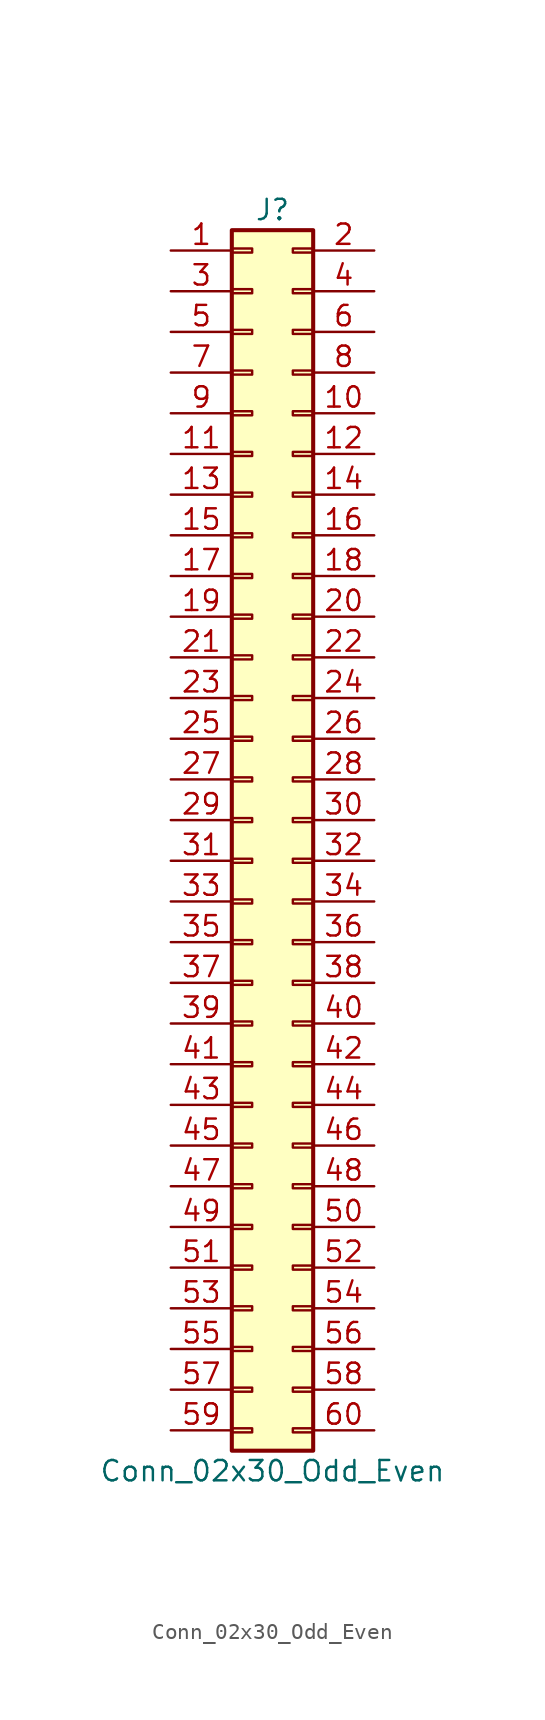
<source format=kicad_sym>
(kicad_symbol_lib
  (version 20211014)
  (generator kicad_symbol_editor)
  (symbol "Conn_02x30_Odd_Even"
    (pin_names
      (offset 1.016) hide)
    (property "Reference" "J"
      (at 1.27 38.1 0)
      (effects (font (size 1.27 1.27))))
    (property "Value" "Conn_02x30_Odd_Even"
      (at 1.27 -40.64 0)
      (effects (font (size 1.27 1.27))))
    (symbol "Conn_02x30_Odd_Even_1_1"
      (rectangle (start -1.27 -37.973) (end 0 -38.227) (stroke (width 0.152) (type default) (color 0 0 0 0)) (fill (type none)))
      (rectangle (start -1.27 -35.433) (end 0 -35.687) (stroke (width 0.152) (type default) (color 0 0 0 0)) (fill (type none)))
      (rectangle (start -1.27 -32.893) (end 0 -33.147) (stroke (width 0.152) (type default) (color 0 0 0 0)) (fill (type none)))
      (rectangle (start -1.27 -30.353) (end 0 -30.607) (stroke (width 0.152) (type default) (color 0 0 0 0)) (fill (type none)))
      (rectangle (start -1.27 -27.813) (end 0 -28.067) (stroke (width 0.152) (type default) (color 0 0 0 0)) (fill (type none)))
      (rectangle (start -1.27 -25.273) (end 0 -25.527) (stroke (width 0.152) (type default) (color 0 0 0 0)) (fill (type none)))
      (rectangle (start -1.27 -22.733) (end 0 -22.987) (stroke (width 0.152) (type default) (color 0 0 0 0)) (fill (type none)))
      (rectangle (start -1.27 -20.193) (end 0 -20.447) (stroke (width 0.152) (type default) (color 0 0 0 0)) (fill (type none)))
      (rectangle (start -1.27 -17.653) (end 0 -17.907) (stroke (width 0.152) (type default) (color 0 0 0 0)) (fill (type none)))
      (rectangle (start -1.27 -15.113) (end 0 -15.367) (stroke (width 0.152) (type default) (color 0 0 0 0)) (fill (type none)))
      (rectangle (start -1.27 -12.573) (end 0 -12.827) (stroke (width 0.152) (type default) (color 0 0 0 0)) (fill (type none)))
      (rectangle (start -1.27 -10.033) (end 0 -10.287) (stroke (width 0.152) (type default) (color 0 0 0 0)) (fill (type none)))
      (rectangle (start -1.27 -7.493) (end 0 -7.747) (stroke (width 0.152) (type default) (color 0 0 0 0)) (fill (type none)))
      (rectangle (start -1.27 -4.953) (end 0 -5.207) (stroke (width 0.152) (type default) (color 0 0 0 0)) (fill (type none)))
      (rectangle (start -1.27 -2.413) (end 0 -2.667) (stroke (width 0.152) (type default) (color 0 0 0 0)) (fill (type none)))
      (rectangle (start -1.27 0.127) (end 0 -0.127) (stroke (width 0.152) (type default) (color 0 0 0 0)) (fill (type none)))
      (rectangle (start -1.27 2.667) (end 0 2.413) (stroke (width 0.152) (type default) (color 0 0 0 0)) (fill (type none)))
      (rectangle (start -1.27 5.207) (end 0 4.953) (stroke (width 0.152) (type default) (color 0 0 0 0)) (fill (type none)))
      (rectangle (start -1.27 7.747) (end 0 7.493) (stroke (width 0.152) (type default) (color 0 0 0 0)) (fill (type none)))
      (rectangle (start -1.27 10.287) (end 0 10.033) (stroke (width 0.152) (type default) (color 0 0 0 0)) (fill (type none)))
      (rectangle (start -1.27 12.827) (end 0 12.573) (stroke (width 0.152) (type default) (color 0 0 0 0)) (fill (type none)))
      (rectangle (start -1.27 15.367) (end 0 15.113) (stroke (width 0.152) (type default) (color 0 0 0 0)) (fill (type none)))
      (rectangle (start -1.27 17.907) (end 0 17.653) (stroke (width 0.152) (type default) (color 0 0 0 0)) (fill (type none)))
      (rectangle (start -1.27 20.447) (end 0 20.193) (stroke (width 0.152) (type default) (color 0 0 0 0)) (fill (type none)))
      (rectangle (start -1.27 22.987) (end 0 22.733) (stroke (width 0.152) (type default) (color 0 0 0 0)) (fill (type none)))
      (rectangle (start -1.27 25.527) (end 0 25.273) (stroke (width 0.152) (type default) (color 0 0 0 0)) (fill (type none)))
      (rectangle (start -1.27 28.067) (end 0 27.813) (stroke (width 0.152) (type default) (color 0 0 0 0)) (fill (type none)))
      (rectangle (start -1.27 30.607) (end 0 30.353) (stroke (width 0.152) (type default) (color 0 0 0 0)) (fill (type none)))
      (rectangle (start -1.27 33.147) (end 0 32.893) (stroke (width 0.152) (type default) (color 0 0 0 0)) (fill (type none)))
      (rectangle (start -1.27 35.687) (end 0 35.433) (stroke (width 0.152) (type default) (color 0 0 0 0)) (fill (type none)))
      (rectangle (start -1.27 36.83) (end 3.81 -39.37) (stroke (width 0.254) (type default) (color 0 0 0 0)) (fill (type background)))
      (rectangle (start 3.81 -37.973) (end 2.54 -38.227) (stroke (width 0.152) (type default) (color 0 0 0 0)) (fill (type none)))
      (rectangle (start 3.81 -35.433) (end 2.54 -35.687) (stroke (width 0.152) (type default) (color 0 0 0 0)) (fill (type none)))
      (rectangle (start 3.81 -32.893) (end 2.54 -33.147) (stroke (width 0.152) (type default) (color 0 0 0 0)) (fill (type none)))
      (rectangle (start 3.81 -30.353) (end 2.54 -30.607) (stroke (width 0.152) (type default) (color 0 0 0 0)) (fill (type none)))
      (rectangle (start 3.81 -27.813) (end 2.54 -28.067) (stroke (width 0.152) (type default) (color 0 0 0 0)) (fill (type none)))
      (rectangle (start 3.81 -25.273) (end 2.54 -25.527) (stroke (width 0.152) (type default) (color 0 0 0 0)) (fill (type none)))
      (rectangle (start 3.81 -22.733) (end 2.54 -22.987) (stroke (width 0.152) (type default) (color 0 0 0 0)) (fill (type none)))
      (rectangle (start 3.81 -20.193) (end 2.54 -20.447) (stroke (width 0.152) (type default) (color 0 0 0 0)) (fill (type none)))
      (rectangle (start 3.81 -17.653) (end 2.54 -17.907) (stroke (width 0.152) (type default) (color 0 0 0 0)) (fill (type none)))
      (rectangle (start 3.81 -15.113) (end 2.54 -15.367) (stroke (width 0.152) (type default) (color 0 0 0 0)) (fill (type none)))
      (rectangle (start 3.81 -12.573) (end 2.54 -12.827) (stroke (width 0.152) (type default) (color 0 0 0 0)) (fill (type none)))
      (rectangle (start 3.81 -10.033) (end 2.54 -10.287) (stroke (width 0.152) (type default) (color 0 0 0 0)) (fill (type none)))
      (rectangle (start 3.81 -7.493) (end 2.54 -7.747) (stroke (width 0.152) (type default) (color 0 0 0 0)) (fill (type none)))
      (rectangle (start 3.81 -4.953) (end 2.54 -5.207) (stroke (width 0.152) (type default) (color 0 0 0 0)) (fill (type none)))
      (rectangle (start 3.81 -2.413) (end 2.54 -2.667) (stroke (width 0.152) (type default) (color 0 0 0 0)) (fill (type none)))
      (rectangle (start 3.81 0.127) (end 2.54 -0.127) (stroke (width 0.152) (type default) (color 0 0 0 0)) (fill (type none)))
      (rectangle (start 3.81 2.667) (end 2.54 2.413) (stroke (width 0.152) (type default) (color 0 0 0 0)) (fill (type none)))
      (rectangle (start 3.81 5.207) (end 2.54 4.953) (stroke (width 0.152) (type default) (color 0 0 0 0)) (fill (type none)))
      (rectangle (start 3.81 7.747) (end 2.54 7.493) (stroke (width 0.152) (type default) (color 0 0 0 0)) (fill (type none)))
      (rectangle (start 3.81 10.287) (end 2.54 10.033) (stroke (width 0.152) (type default) (color 0 0 0 0)) (fill (type none)))
      (rectangle (start 3.81 12.827) (end 2.54 12.573) (stroke (width 0.152) (type default) (color 0 0 0 0)) (fill (type none)))
      (rectangle (start 3.81 15.367) (end 2.54 15.113) (stroke (width 0.152) (type default) (color 0 0 0 0)) (fill (type none)))
      (rectangle (start 3.81 17.907) (end 2.54 17.653) (stroke (width 0.152) (type default) (color 0 0 0 0)) (fill (type none)))
      (rectangle (start 3.81 20.447) (end 2.54 20.193) (stroke (width 0.152) (type default) (color 0 0 0 0)) (fill (type none)))
      (rectangle (start 3.81 22.987) (end 2.54 22.733) (stroke (width 0.152) (type default) (color 0 0 0 0)) (fill (type none)))
      (rectangle (start 3.81 25.527) (end 2.54 25.273) (stroke (width 0.152) (type default) (color 0 0 0 0)) (fill (type none)))
      (rectangle (start 3.81 28.067) (end 2.54 27.813) (stroke (width 0.152) (type default) (color 0 0 0 0)) (fill (type none)))
      (rectangle (start 3.81 30.607) (end 2.54 30.353) (stroke (width 0.152) (type default) (color 0 0 0 0)) (fill (type none)))
      (rectangle (start 3.81 33.147) (end 2.54 32.893) (stroke (width 0.152) (type default) (color 0 0 0 0)) (fill (type none)))
      (rectangle (start 3.81 35.687) (end 2.54 35.433) (stroke (width 0.152) (type default) (color 0 0 0 0)) (fill (type none)))
      (pin passive line (at -5.08 35.56 0) (length 3.81) (name "Pin_1" (effects (font (size 1.27 1.27)))) (number "1" (effects (font (size 1.27 1.27)))))
      (pin passive line (at 7.62 25.4 180) (length 3.81) (name "Pin_10" (effects (font (size 1.27 1.27)))) (number "10" (effects (font (size 1.27 1.27)))))
      (pin passive line (at -5.08 22.86 0) (length 3.81) (name "Pin_11" (effects (font (size 1.27 1.27)))) (number "11" (effects (font (size 1.27 1.27)))))
      (pin passive line (at 7.62 22.86 180) (length 3.81) (name "Pin_12" (effects (font (size 1.27 1.27)))) (number "12" (effects (font (size 1.27 1.27)))))
      (pin passive line (at -5.08 20.32 0) (length 3.81) (name "Pin_13" (effects (font (size 1.27 1.27)))) (number "13" (effects (font (size 1.27 1.27)))))
      (pin passive line (at 7.62 20.32 180) (length 3.81) (name "Pin_14" (effects (font (size 1.27 1.27)))) (number "14" (effects (font (size 1.27 1.27)))))
      (pin passive line (at -5.08 17.78 0) (length 3.81) (name "Pin_15" (effects (font (size 1.27 1.27)))) (number "15" (effects (font (size 1.27 1.27)))))
      (pin passive line (at 7.62 17.78 180) (length 3.81) (name "Pin_16" (effects (font (size 1.27 1.27)))) (number "16" (effects (font (size 1.27 1.27)))))
      (pin passive line (at -5.08 15.24 0) (length 3.81) (name "Pin_17" (effects (font (size 1.27 1.27)))) (number "17" (effects (font (size 1.27 1.27)))))
      (pin passive line (at 7.62 15.24 180) (length 3.81) (name "Pin_18" (effects (font (size 1.27 1.27)))) (number "18" (effects (font (size 1.27 1.27)))))
      (pin passive line (at -5.08 12.7 0) (length 3.81) (name "Pin_19" (effects (font (size 1.27 1.27)))) (number "19" (effects (font (size 1.27 1.27)))))
      (pin passive line (at 7.62 35.56 180) (length 3.81) (name "Pin_2" (effects (font (size 1.27 1.27)))) (number "2" (effects (font (size 1.27 1.27)))))
      (pin passive line (at 7.62 12.7 180) (length 3.81) (name "Pin_20" (effects (font (size 1.27 1.27)))) (number "20" (effects (font (size 1.27 1.27)))))
      (pin passive line (at -5.08 10.16 0) (length 3.81) (name "Pin_21" (effects (font (size 1.27 1.27)))) (number "21" (effects (font (size 1.27 1.27)))))
      (pin passive line (at 7.62 10.16 180) (length 3.81) (name "Pin_22" (effects (font (size 1.27 1.27)))) (number "22" (effects (font (size 1.27 1.27)))))
      (pin passive line (at -5.08 7.62 0) (length 3.81) (name "Pin_23" (effects (font (size 1.27 1.27)))) (number "23" (effects (font (size 1.27 1.27)))))
      (pin passive line (at 7.62 7.62 180) (length 3.81) (name "Pin_24" (effects (font (size 1.27 1.27)))) (number "24" (effects (font (size 1.27 1.27)))))
      (pin passive line (at -5.08 5.08 0) (length 3.81) (name "Pin_25" (effects (font (size 1.27 1.27)))) (number "25" (effects (font (size 1.27 1.27)))))
      (pin passive line (at 7.62 5.08 180) (length 3.81) (name "Pin_26" (effects (font (size 1.27 1.27)))) (number "26" (effects (font (size 1.27 1.27)))))
      (pin passive line (at -5.08 2.54 0) (length 3.81) (name "Pin_27" (effects (font (size 1.27 1.27)))) (number "27" (effects (font (size 1.27 1.27)))))
      (pin passive line (at 7.62 2.54 180) (length 3.81) (name "Pin_28" (effects (font (size 1.27 1.27)))) (number "28" (effects (font (size 1.27 1.27)))))
      (pin passive line (at -5.08 0 0) (length 3.81) (name "Pin_29" (effects (font (size 1.27 1.27)))) (number "29" (effects (font (size 1.27 1.27)))))
      (pin passive line (at -5.08 33.02 0) (length 3.81) (name "Pin_3" (effects (font (size 1.27 1.27)))) (number "3" (effects (font (size 1.27 1.27)))))
      (pin passive line (at 7.62 0 180) (length 3.81) (name "Pin_30" (effects (font (size 1.27 1.27)))) (number "30" (effects (font (size 1.27 1.27)))))
      (pin passive line (at -5.08 -2.54 0) (length 3.81) (name "Pin_31" (effects (font (size 1.27 1.27)))) (number "31" (effects (font (size 1.27 1.27)))))
      (pin passive line (at 7.62 -2.54 180) (length 3.81) (name "Pin_32" (effects (font (size 1.27 1.27)))) (number "32" (effects (font (size 1.27 1.27)))))
      (pin passive line (at -5.08 -5.08 0) (length 3.81) (name "Pin_33" (effects (font (size 1.27 1.27)))) (number "33" (effects (font (size 1.27 1.27)))))
      (pin passive line (at 7.62 -5.08 180) (length 3.81) (name "Pin_34" (effects (font (size 1.27 1.27)))) (number "34" (effects (font (size 1.27 1.27)))))
      (pin passive line (at -5.08 -7.62 0) (length 3.81) (name "Pin_35" (effects (font (size 1.27 1.27)))) (number "35" (effects (font (size 1.27 1.27)))))
      (pin passive line (at 7.62 -7.62 180) (length 3.81) (name "Pin_36" (effects (font (size 1.27 1.27)))) (number "36" (effects (font (size 1.27 1.27)))))
      (pin passive line (at -5.08 -10.16 0) (length 3.81) (name "Pin_37" (effects (font (size 1.27 1.27)))) (number "37" (effects (font (size 1.27 1.27)))))
      (pin passive line (at 7.62 -10.16 180) (length 3.81) (name "Pin_38" (effects (font (size 1.27 1.27)))) (number "38" (effects (font (size 1.27 1.27)))))
      (pin passive line (at -5.08 -12.7 0) (length 3.81) (name "Pin_39" (effects (font (size 1.27 1.27)))) (number "39" (effects (font (size 1.27 1.27)))))
      (pin passive line (at 7.62 33.02 180) (length 3.81) (name "Pin_4" (effects (font (size 1.27 1.27)))) (number "4" (effects (font (size 1.27 1.27)))))
      (pin passive line (at 7.62 -12.7 180) (length 3.81) (name "Pin_40" (effects (font (size 1.27 1.27)))) (number "40" (effects (font (size 1.27 1.27)))))
      (pin passive line (at -5.08 -15.24 0) (length 3.81) (name "Pin_41" (effects (font (size 1.27 1.27)))) (number "41" (effects (font (size 1.27 1.27)))))
      (pin passive line (at 7.62 -15.24 180) (length 3.81) (name "Pin_42" (effects (font (size 1.27 1.27)))) (number "42" (effects (font (size 1.27 1.27)))))
      (pin passive line (at -5.08 -17.78 0) (length 3.81) (name "Pin_43" (effects (font (size 1.27 1.27)))) (number "43" (effects (font (size 1.27 1.27)))))
      (pin passive line (at 7.62 -17.78 180) (length 3.81) (name "Pin_44" (effects (font (size 1.27 1.27)))) (number "44" (effects (font (size 1.27 1.27)))))
      (pin passive line (at -5.08 -20.32 0) (length 3.81) (name "Pin_45" (effects (font (size 1.27 1.27)))) (number "45" (effects (font (size 1.27 1.27)))))
      (pin passive line (at 7.62 -20.32 180) (length 3.81) (name "Pin_46" (effects (font (size 1.27 1.27)))) (number "46" (effects (font (size 1.27 1.27)))))
      (pin passive line (at -5.08 -22.86 0) (length 3.81) (name "Pin_47" (effects (font (size 1.27 1.27)))) (number "47" (effects (font (size 1.27 1.27)))))
      (pin passive line (at 7.62 -22.86 180) (length 3.81) (name "Pin_48" (effects (font (size 1.27 1.27)))) (number "48" (effects (font (size 1.27 1.27)))))
      (pin passive line (at -5.08 -25.4 0) (length 3.81) (name "Pin_49" (effects (font (size 1.27 1.27)))) (number "49" (effects (font (size 1.27 1.27)))))
      (pin passive line (at -5.08 30.48 0) (length 3.81) (name "Pin_5" (effects (font (size 1.27 1.27)))) (number "5" (effects (font (size 1.27 1.27)))))
      (pin passive line (at 7.62 -25.4 180) (length 3.81) (name "Pin_50" (effects (font (size 1.27 1.27)))) (number "50" (effects (font (size 1.27 1.27)))))
      (pin passive line (at -5.08 -27.94 0) (length 3.81) (name "Pin_51" (effects (font (size 1.27 1.27)))) (number "51" (effects (font (size 1.27 1.27)))))
      (pin passive line (at 7.62 -27.94 180) (length 3.81) (name "Pin_52" (effects (font (size 1.27 1.27)))) (number "52" (effects (font (size 1.27 1.27)))))
      (pin passive line (at -5.08 -30.48 0) (length 3.81) (name "Pin_53" (effects (font (size 1.27 1.27)))) (number "53" (effects (font (size 1.27 1.27)))))
      (pin passive line (at 7.62 -30.48 180) (length 3.81) (name "Pin_54" (effects (font (size 1.27 1.27)))) (number "54" (effects (font (size 1.27 1.27)))))
      (pin passive line (at -5.08 -33.02 0) (length 3.81) (name "Pin_55" (effects (font (size 1.27 1.27)))) (number "55" (effects (font (size 1.27 1.27)))))
      (pin passive line (at 7.62 -33.02 180) (length 3.81) (name "Pin_56" (effects (font (size 1.27 1.27)))) (number "56" (effects (font (size 1.27 1.27)))))
      (pin passive line (at -5.08 -35.56 0) (length 3.81) (name "Pin_57" (effects (font (size 1.27 1.27)))) (number "57" (effects (font (size 1.27 1.27)))))
      (pin passive line (at 7.62 -35.56 180) (length 3.81) (name "Pin_58" (effects (font (size 1.27 1.27)))) (number "58" (effects (font (size 1.27 1.27)))))
      (pin passive line (at -5.08 -38.1 0) (length 3.81) (name "Pin_59" (effects (font (size 1.27 1.27)))) (number "59" (effects (font (size 1.27 1.27)))))
      (pin passive line (at 7.62 30.48 180) (length 3.81) (name "Pin_6" (effects (font (size 1.27 1.27)))) (number "6" (effects (font (size 1.27 1.27)))))
      (pin passive line (at 7.62 -38.1 180) (length 3.81) (name "Pin_60" (effects (font (size 1.27 1.27)))) (number "60" (effects (font (size 1.27 1.27)))))
      (pin passive line (at -5.08 27.94 0) (length 3.81) (name "Pin_7" (effects (font (size 1.27 1.27)))) (number "7" (effects (font (size 1.27 1.27)))))
      (pin passive line (at 7.62 27.94 180) (length 3.81) (name "Pin_8" (effects (font (size 1.27 1.27)))) (number "8" (effects (font (size 1.27 1.27)))))
      (pin passive line (at -5.08 25.4 0) (length 3.81) (name "Pin_9" (effects (font (size 1.27 1.27)))) (number "9" (effects (font (size 1.27 1.27))))))))
</source>
